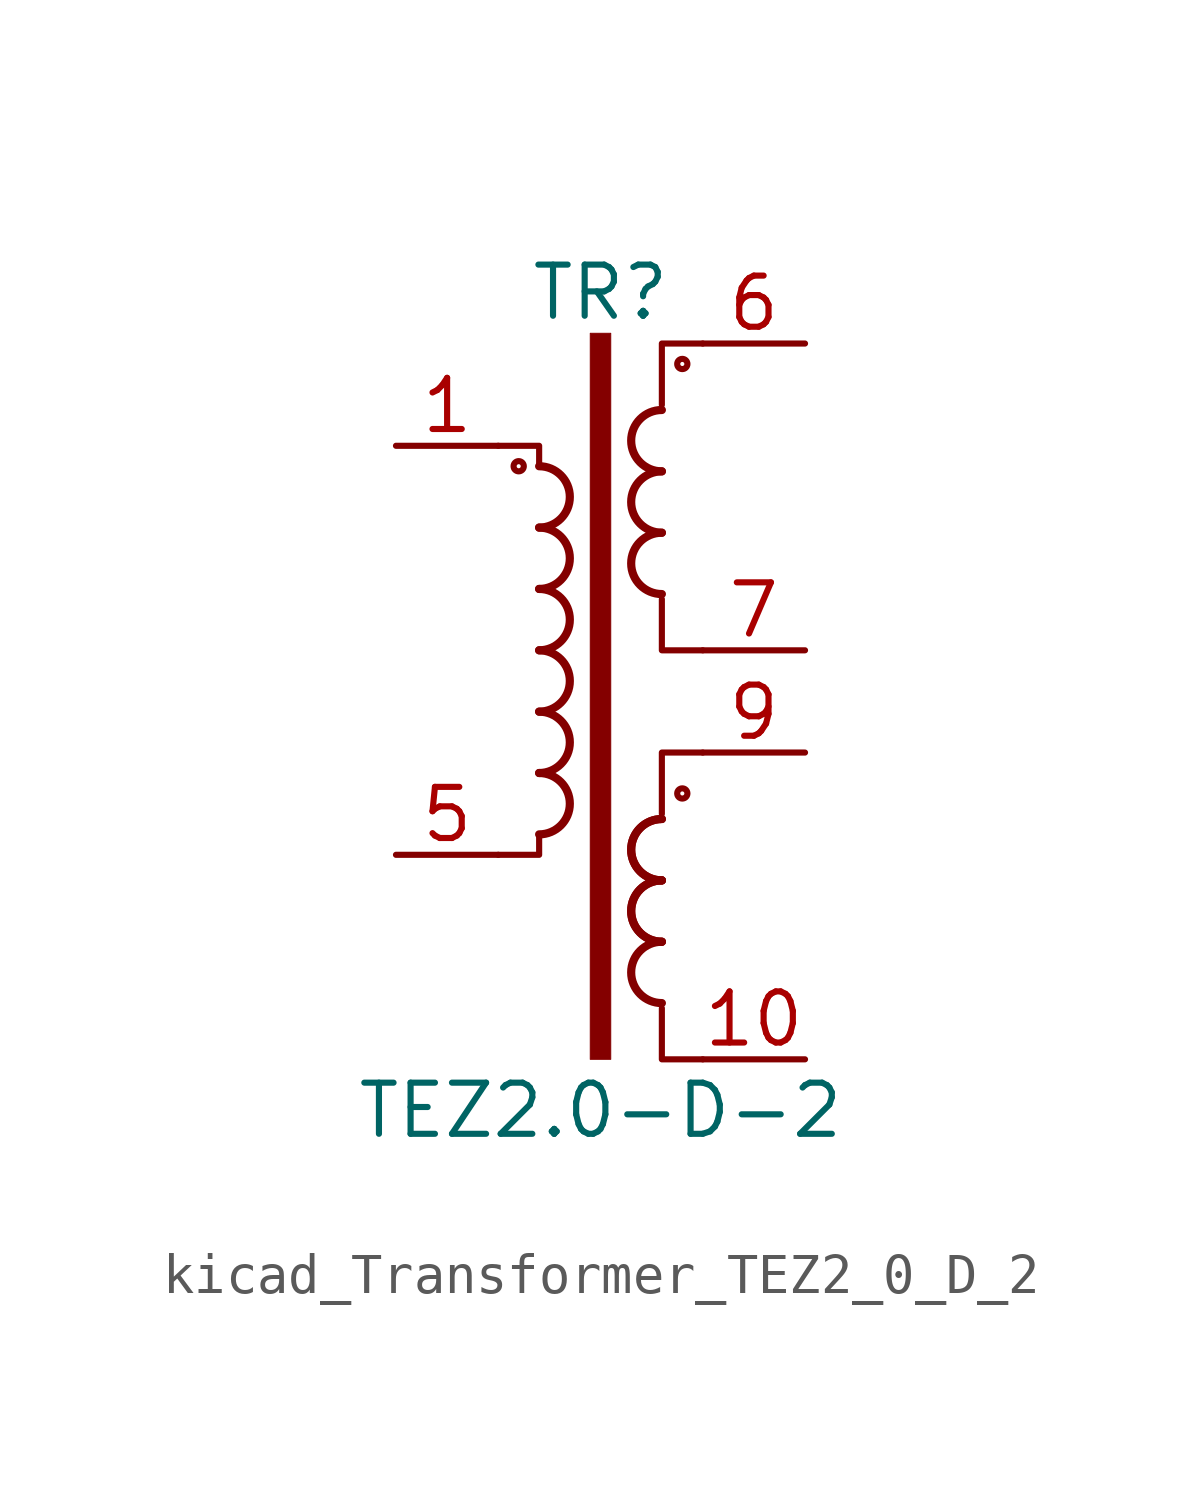
<source format=kicad_sym>
(kicad_symbol_lib
  (version 20220914)
  (generator kicad_symbol_editor)
  (symbol "kicad_Transformer_TEZ2_0_D_2"
    (pin_names
      (offset 0.025))
    (property "Reference" "TR"
      (at 0 8.89 0)
      (effects (font (size 1.27 1.27))))
    (property "Value" "TEZ2.0-D-2"
      (at 0 -11.43 0)
      (effects (font (size 1.27 1.27))))
    (symbol "kicad_Transformer_TEZ2_0_D_2_0_1"
      (circle (center -2.032 4.572) (radius 0.127) (stroke (width 0) (type default)) (fill (type none)))
      (arc (start -1.524 -4.572) (mid -0.7653 -3.81) (end -1.524 -3.048) (stroke (width 0.2032) (type default)) (fill (type none)))
      (arc (start -1.524 -3.048) (mid -0.7653 -2.286) (end -1.524 -1.524) (stroke (width 0.2032) (type default)) (fill (type none)))
      (arc (start -1.524 -1.524) (mid -0.7653 -0.762) (end -1.524 0) (stroke (width 0.2032) (type default)) (fill (type none)))
      (arc (start -1.524 0) (mid -0.7653 0.762) (end -1.524 1.524) (stroke (width 0.2032) (type default)) (fill (type none)))
      (arc (start -1.524 1.524) (mid -0.7653 2.286) (end -1.524 3.048) (stroke (width 0.2032) (type default)) (fill (type none)))
      (arc (start -1.524 3.048) (mid -0.7653 3.81) (end -1.524 4.572) (stroke (width 0.2032) (type default)) (fill (type none)))
      (rectangle (start -0.254 7.874) (end 0.254 -10.16) (stroke (width 0.025) (type default)) (fill (type outline)))
      (polyline (pts (xy -1.524 -4.572) (xy -1.524 -5.08) (xy -2.54 -5.08)) (stroke (width 0) (type default)) (fill (type none)))
      (polyline (pts (xy -1.524 4.572) (xy -1.524 5.08) (xy -2.54 5.08)) (stroke (width 0) (type default)) (fill (type none)))
      (polyline (pts (xy 1.524 -8.89) (xy 1.524 -10.16) (xy 2.54 -10.16)) (stroke (width 0) (type default)) (fill (type none)))
      (polyline (pts (xy 2.54 -2.54) (xy 1.524 -2.54) (xy 1.524 -4.064)) (stroke (width 0) (type default)) (fill (type none)))
      (polyline (pts (xy 2.54 0) (xy 1.524 0) (xy 1.524 1.27)) (stroke (width 0) (type default)) (fill (type none)))
      (polyline (pts (xy 2.54 7.62) (xy 1.524 7.62) (xy 1.524 6.096)) (stroke (width 0) (type default)) (fill (type none)))
      (arc (start 1.524 -7.239) (mid 0.7653 -8.001) (end 1.524 -8.763) (stroke (width 0.2032) (type default)) (fill (type none)))
      (arc (start 1.524 -5.715) (mid 0.7653 -6.477) (end 1.524 -7.239) (stroke (width 0.2032) (type default)) (fill (type none)))
      (arc (start 1.524 -5.715) (mid 0.7653 -6.477) (end 1.524 -7.239) (stroke (width 0.2032) (type default)) (fill (type none)))
      (arc (start 1.524 -4.191) (mid 0.7653 -4.953) (end 1.524 -5.715) (stroke (width 0.2032) (type default)) (fill (type none)))
      (arc (start 1.524 -4.191) (mid 0.7653 -4.953) (end 1.524 -5.715) (stroke (width 0.2032) (type default)) (fill (type none)))
      (arc (start 1.524 2.921) (mid 0.7653 2.159) (end 1.524 1.397) (stroke (width 0.2032) (type default)) (fill (type none)))
      (arc (start 1.524 4.445) (mid 0.7653 3.683) (end 1.524 2.921) (stroke (width 0.2032) (type default)) (fill (type none)))
      (arc (start 1.524 5.969) (mid 0.7653 5.207) (end 1.524 4.445) (stroke (width 0.2032) (type default)) (fill (type none)))
      (circle (center 2.032 -3.556) (radius 0.127) (stroke (width 0) (type default)) (fill (type none)))
      (circle (center 2.032 7.112) (radius 0.127) (stroke (width 0) (type default)) (fill (type none))))
    (symbol "kicad_Transformer_TEZ2_0_D_2_1_1"
      (pin passive line (at -5.08 5.08 0) (length 2.54) (name "~" (effects (font (size 1.27 1.27)))) (number "1" (effects (font (size 1.27 1.27)))))
      (pin passive line (at 5.08 -10.16 180) (length 2.54) (name "~" (effects (font (size 1.27 1.27)))) (number "10" (effects (font (size 1.27 1.27)))))
      (pin passive line (at -5.08 -5.08 0) (length 2.54) (name "~" (effects (font (size 1.27 1.27)))) (number "5" (effects (font (size 1.27 1.27)))))
      (pin passive line (at 5.08 7.62 180) (length 2.54) (name "~" (effects (font (size 1.27 1.27)))) (number "6" (effects (font (size 1.27 1.27)))))
      (pin passive line (at 5.08 0 180) (length 2.54) (name "~" (effects (font (size 1.27 1.27)))) (number "7" (effects (font (size 1.27 1.27)))))
      (pin passive line (at 5.08 -2.54 180) (length 2.54) (name "~" (effects (font (size 1.27 1.27)))) (number "9" (effects (font (size 1.27 1.27))))))))
</source>
